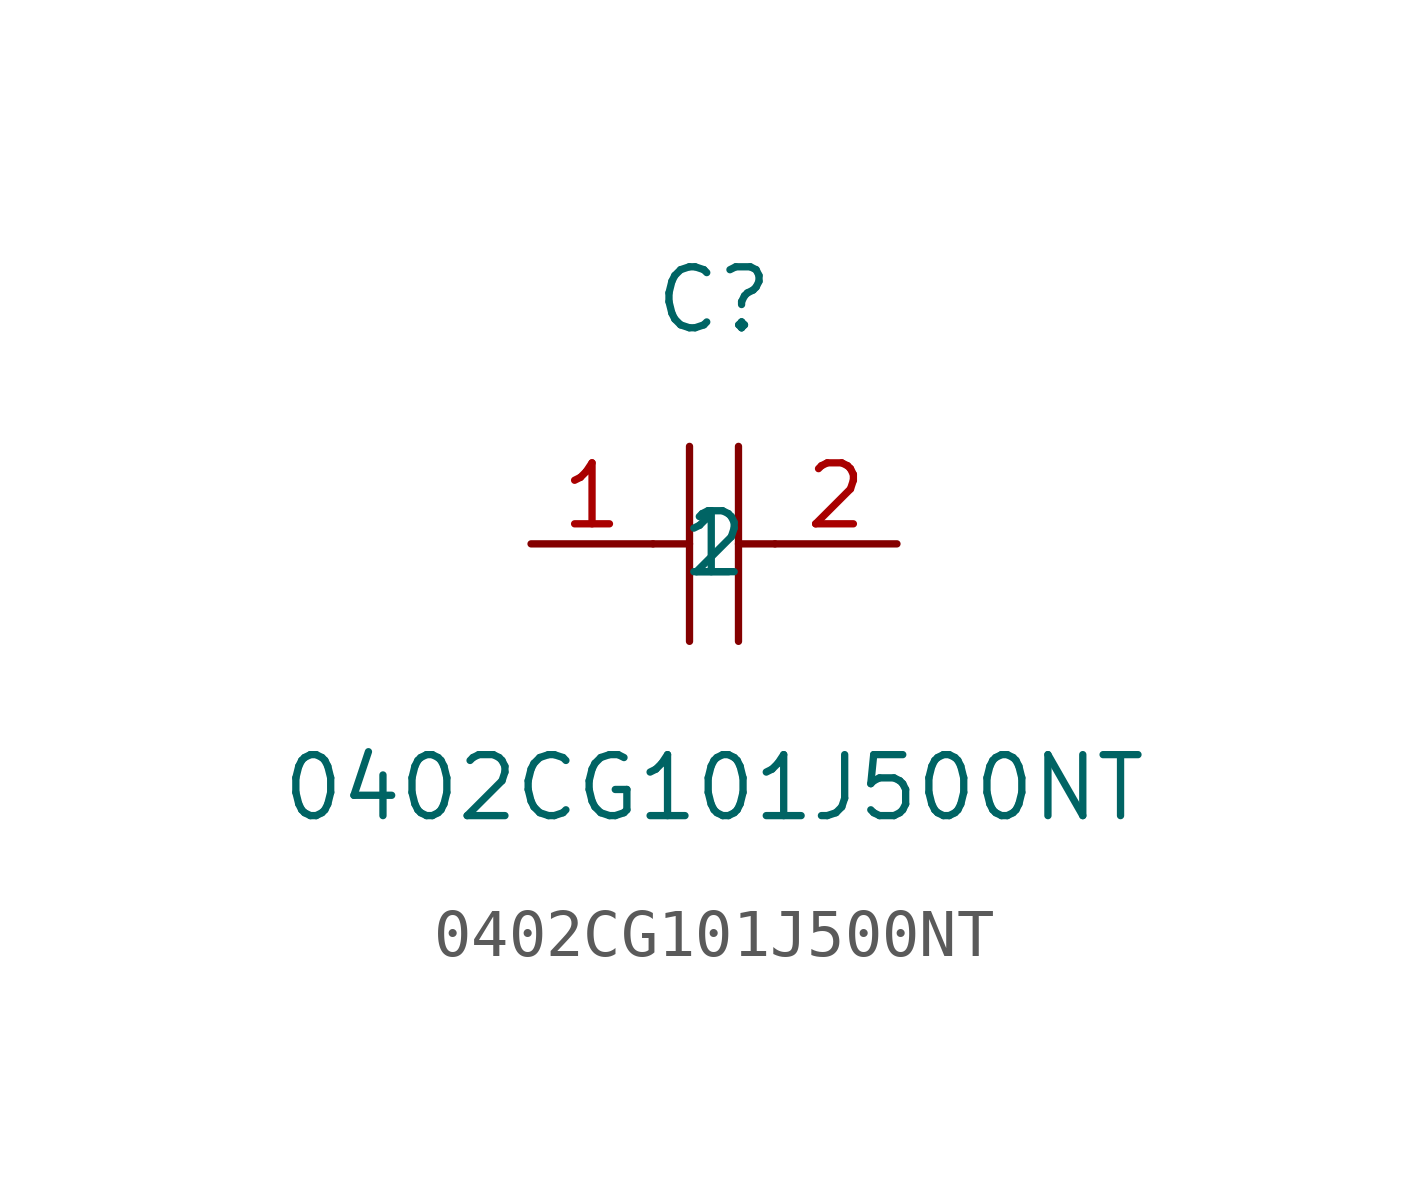
<source format=kicad_sym>
(kicad_symbol_lib
  (version 1)
  (generator "faebryk")
  (symbol "0402CG101J500NT"
    (property "Reference" "C"
      (at 0 5.08 0)
      (effects (font (size 1.27 1.27)) (hide no)))
    (property "Value" "0402CG101J500NT"
      (at 0 -5.08 0)
      (effects (font (size 1.27 1.27)) (hide no)))
    (symbol "0402CG101J500NT_0_1"
      (polyline (stroke (width 0) (type default) (color 0 0 0 0)) (fill (type none)) (pts (xy -0.51 2.03) (xy -0.51 -2.03)))
      (polyline (stroke (width 0) (type default) (color 0 0 0 0)) (fill (type none)) (pts (xy 0.51 2.03) (xy 0.51 -2.03)))
      (polyline (stroke (width 0) (type default) (color 0 0 0 0)) (fill (type none)) (pts (xy -1.27 0) (xy -0.51 0)))
      (polyline (stroke (width 0) (type default) (color 0 0 0 0)) (fill (type none)) (pts (xy 0.51 0) (xy 1.27 0)))
      (pin input line (at -3.81 0 0) (length 2.54) (name "1" (effects (font (size 1.27 1.27)) (hide no))) (number "1" (effects (font (size 1.27 1.27)) (hide no))))
      (pin input line (at 3.81 0 180) (length 2.54) (name "2" (effects (font (size 1.27 1.27)) (hide no))) (number "2" (effects (font (size 1.27 1.27)) (hide no)))))))
</source>
